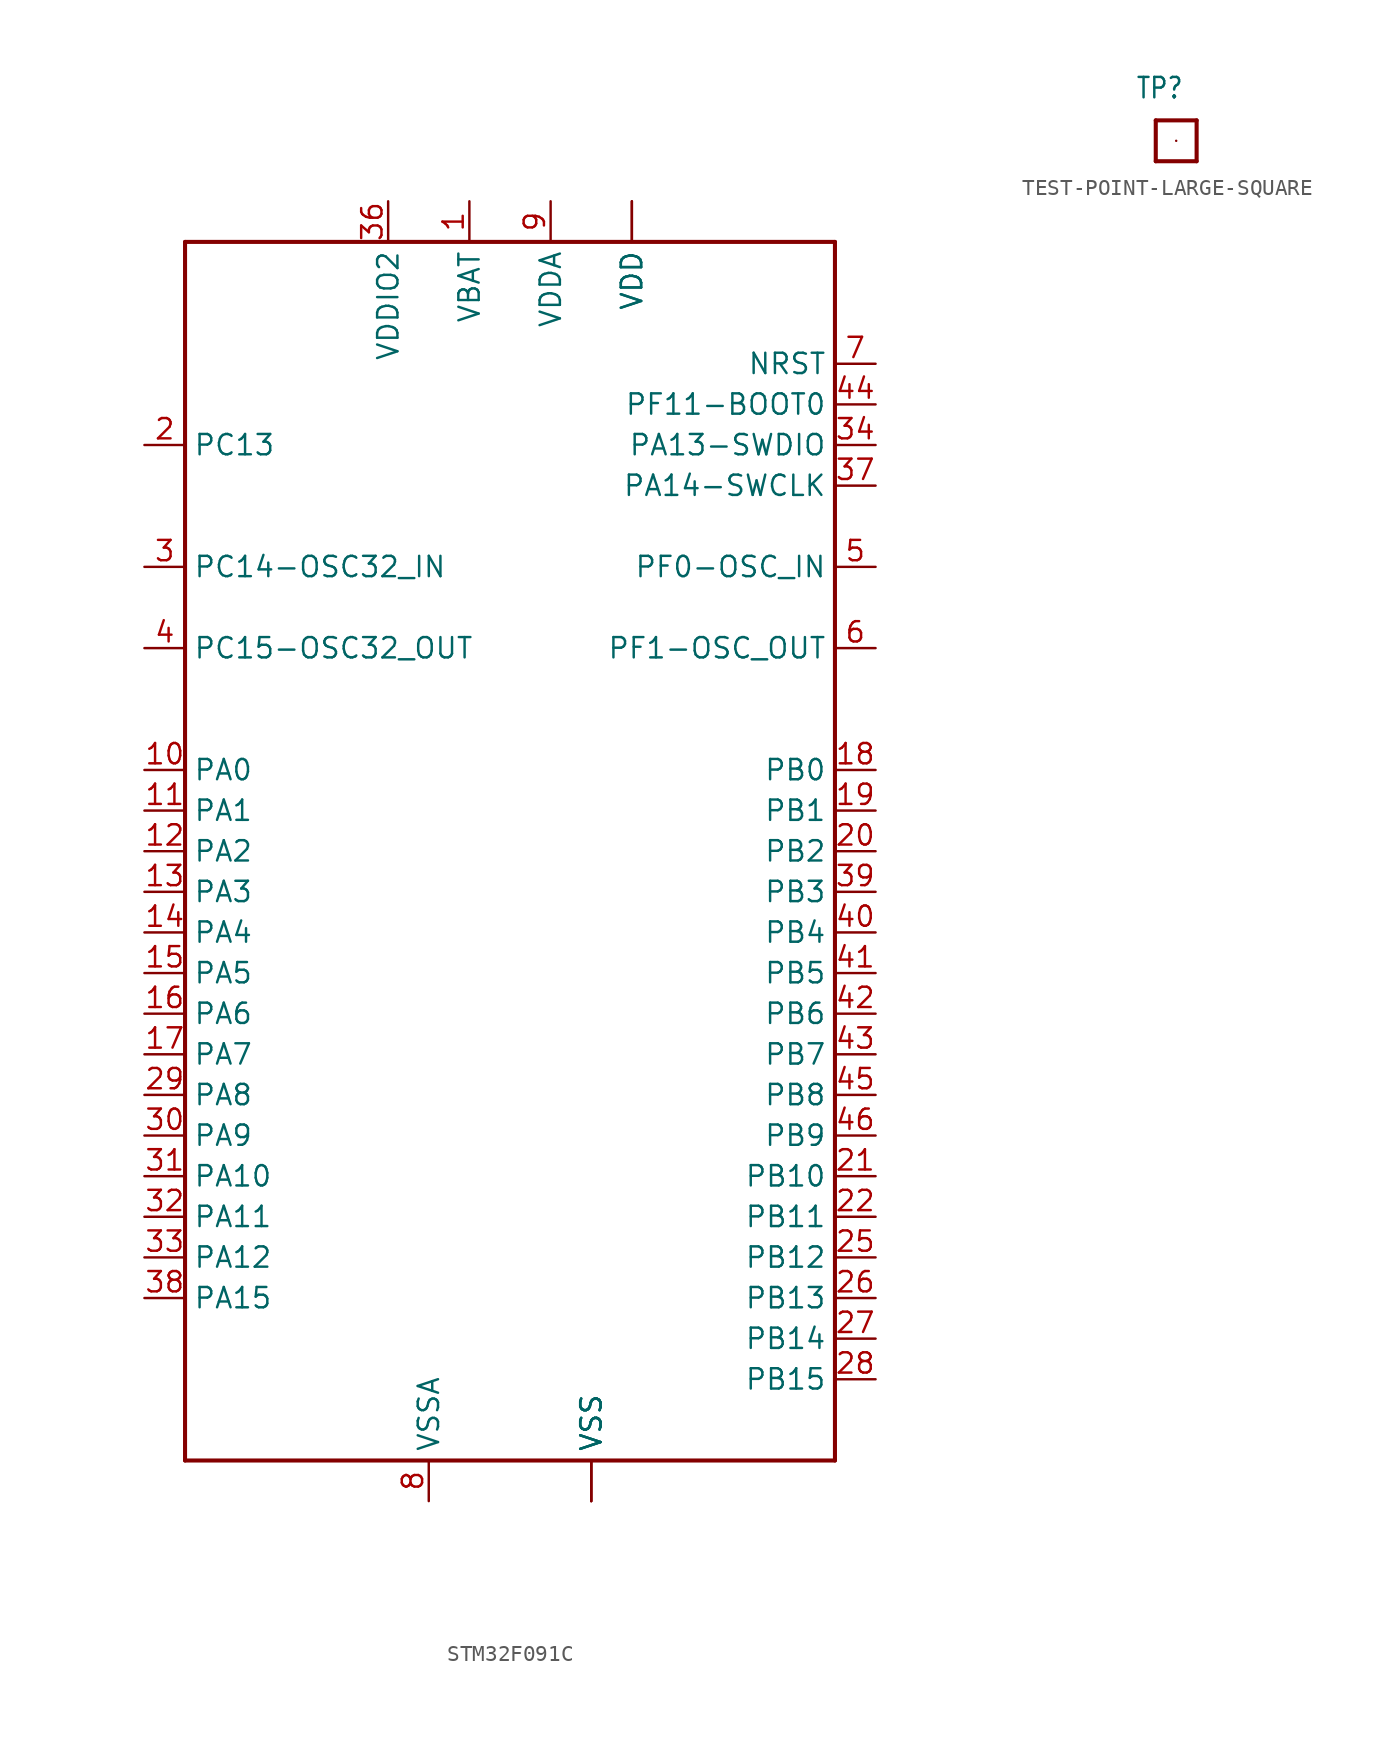
<source format=kicad_sym>
(kicad_symbol_lib
  (version 20220914)
  (generator kicad_symbol_editor)
  (symbol "STM32F091C"
    (property "Reference" ""
      (at -20.32 38.1 0)
      (effects (font (size 1.778 1.511)) (justify left bottom) hide))
    (property "ki_locked" ""
      (at 0 0 0)
      (effects (font (size 1.27 1.27))))
    (symbol "STM32F091C_1_0"
      (polyline (pts (xy -20.32 -38.1) (xy -20.32 38.1)) (stroke (width 0.254) (type solid)) (fill (type none)))
      (polyline (pts (xy -20.32 38.1) (xy 20.32 38.1)) (stroke (width 0.254) (type solid)) (fill (type none)))
      (polyline (pts (xy 20.32 -38.1) (xy -20.32 -38.1)) (stroke (width 0.254) (type solid)) (fill (type none)))
      (polyline (pts (xy 20.32 38.1) (xy 20.32 -38.1)) (stroke (width 0.254) (type solid)) (fill (type none)))
      (pin power_in line (at -2.54 40.64 270) (length 2.54) (name "VBAT" (effects (font (size 1.27 1.27)))) (number "1" (effects (font (size 1.27 1.27)))))
      (pin bidirectional line (at -22.86 5.08 0) (length 2.54) (name "PA0" (effects (font (size 1.27 1.27)))) (number "10" (effects (font (size 1.27 1.27)))))
      (pin bidirectional line (at -22.86 2.54 0) (length 2.54) (name "PA1" (effects (font (size 1.27 1.27)))) (number "11" (effects (font (size 1.27 1.27)))))
      (pin bidirectional line (at -22.86 0 0) (length 2.54) (name "PA2" (effects (font (size 1.27 1.27)))) (number "12" (effects (font (size 1.27 1.27)))))
      (pin bidirectional line (at -22.86 -2.54 0) (length 2.54) (name "PA3" (effects (font (size 1.27 1.27)))) (number "13" (effects (font (size 1.27 1.27)))))
      (pin bidirectional line (at -22.86 -5.08 0) (length 2.54) (name "PA4" (effects (font (size 1.27 1.27)))) (number "14" (effects (font (size 1.27 1.27)))))
      (pin bidirectional line (at -22.86 -7.62 0) (length 2.54) (name "PA5" (effects (font (size 1.27 1.27)))) (number "15" (effects (font (size 1.27 1.27)))))
      (pin bidirectional line (at -22.86 -10.16 0) (length 2.54) (name "PA6" (effects (font (size 1.27 1.27)))) (number "16" (effects (font (size 1.27 1.27)))))
      (pin bidirectional line (at -22.86 -12.7 0) (length 2.54) (name "PA7" (effects (font (size 1.27 1.27)))) (number "17" (effects (font (size 1.27 1.27)))))
      (pin bidirectional line (at 22.86 5.08 180) (length 2.54) (name "PB0" (effects (font (size 1.27 1.27)))) (number "18" (effects (font (size 1.27 1.27)))))
      (pin bidirectional line (at 22.86 2.54 180) (length 2.54) (name "PB1" (effects (font (size 1.27 1.27)))) (number "19" (effects (font (size 1.27 1.27)))))
      (pin bidirectional line (at -22.86 25.4 0) (length 2.54) (name "PC13" (effects (font (size 1.27 1.27)))) (number "2" (effects (font (size 1.27 1.27)))))
      (pin bidirectional line (at 22.86 0 180) (length 2.54) (name "PB2" (effects (font (size 1.27 1.27)))) (number "20" (effects (font (size 1.27 1.27)))))
      (pin bidirectional line (at 22.86 -20.32 180) (length 2.54) (name "PB10" (effects (font (size 1.27 1.27)))) (number "21" (effects (font (size 1.27 1.27)))))
      (pin bidirectional line (at 22.86 -22.86 180) (length 2.54) (name "PB11" (effects (font (size 1.27 1.27)))) (number "22" (effects (font (size 1.27 1.27)))))
      (pin power_in line (at 5.08 -40.64 90) (length 2.54) (name "VSS" (effects (font (size 1.27 1.27)))) (number "23" (effects (font (size 0 0)))))
      (pin power_in line (at 7.62 40.64 270) (length 2.54) (name "VDD" (effects (font (size 1.27 1.27)))) (number "24" (effects (font (size 0 0)))))
      (pin bidirectional line (at 22.86 -25.4 180) (length 2.54) (name "PB12" (effects (font (size 1.27 1.27)))) (number "25" (effects (font (size 1.27 1.27)))))
      (pin bidirectional line (at 22.86 -27.94 180) (length 2.54) (name "PB13" (effects (font (size 1.27 1.27)))) (number "26" (effects (font (size 1.27 1.27)))))
      (pin bidirectional line (at 22.86 -30.48 180) (length 2.54) (name "PB14" (effects (font (size 1.27 1.27)))) (number "27" (effects (font (size 1.27 1.27)))))
      (pin bidirectional line (at 22.86 -33.02 180) (length 2.54) (name "PB15" (effects (font (size 1.27 1.27)))) (number "28" (effects (font (size 1.27 1.27)))))
      (pin bidirectional line (at -22.86 -15.24 0) (length 2.54) (name "PA8" (effects (font (size 1.27 1.27)))) (number "29" (effects (font (size 1.27 1.27)))))
      (pin bidirectional line (at -22.86 17.78 0) (length 2.54) (name "PC14-OSC32_IN" (effects (font (size 1.27 1.27)))) (number "3" (effects (font (size 1.27 1.27)))))
      (pin bidirectional line (at -22.86 -17.78 0) (length 2.54) (name "PA9" (effects (font (size 1.27 1.27)))) (number "30" (effects (font (size 1.27 1.27)))))
      (pin bidirectional line (at -22.86 -20.32 0) (length 2.54) (name "PA10" (effects (font (size 1.27 1.27)))) (number "31" (effects (font (size 1.27 1.27)))))
      (pin bidirectional line (at -22.86 -22.86 0) (length 2.54) (name "PA11" (effects (font (size 1.27 1.27)))) (number "32" (effects (font (size 1.27 1.27)))))
      (pin bidirectional line (at -22.86 -25.4 0) (length 2.54) (name "PA12" (effects (font (size 1.27 1.27)))) (number "33" (effects (font (size 1.27 1.27)))))
      (pin bidirectional line (at 22.86 25.4 180) (length 2.54) (name "PA13-SWDIO" (effects (font (size 1.27 1.27)))) (number "34" (effects (font (size 1.27 1.27)))))
      (pin power_in line (at 5.08 -40.64 90) (length 2.54) (name "VSS" (effects (font (size 1.27 1.27)))) (number "35" (effects (font (size 0 0)))))
      (pin power_in line (at -7.62 40.64 270) (length 2.54) (name "VDDIO2" (effects (font (size 1.27 1.27)))) (number "36" (effects (font (size 1.27 1.27)))))
      (pin bidirectional line (at 22.86 22.86 180) (length 2.54) (name "PA14-SWCLK" (effects (font (size 1.27 1.27)))) (number "37" (effects (font (size 1.27 1.27)))))
      (pin bidirectional line (at -22.86 -27.94 0) (length 2.54) (name "PA15" (effects (font (size 1.27 1.27)))) (number "38" (effects (font (size 1.27 1.27)))))
      (pin bidirectional line (at 22.86 -2.54 180) (length 2.54) (name "PB3" (effects (font (size 1.27 1.27)))) (number "39" (effects (font (size 1.27 1.27)))))
      (pin bidirectional line (at -22.86 12.7 0) (length 2.54) (name "PC15-OSC32_OUT" (effects (font (size 1.27 1.27)))) (number "4" (effects (font (size 1.27 1.27)))))
      (pin bidirectional line (at 22.86 -5.08 180) (length 2.54) (name "PB4" (effects (font (size 1.27 1.27)))) (number "40" (effects (font (size 1.27 1.27)))))
      (pin bidirectional line (at 22.86 -7.62 180) (length 2.54) (name "PB5" (effects (font (size 1.27 1.27)))) (number "41" (effects (font (size 1.27 1.27)))))
      (pin bidirectional line (at 22.86 -10.16 180) (length 2.54) (name "PB6" (effects (font (size 1.27 1.27)))) (number "42" (effects (font (size 1.27 1.27)))))
      (pin bidirectional line (at 22.86 -12.7 180) (length 2.54) (name "PB7" (effects (font (size 1.27 1.27)))) (number "43" (effects (font (size 1.27 1.27)))))
      (pin bidirectional line (at 22.86 27.94 180) (length 2.54) (name "PF11-BOOT0" (effects (font (size 1.27 1.27)))) (number "44" (effects (font (size 1.27 1.27)))))
      (pin bidirectional line (at 22.86 -15.24 180) (length 2.54) (name "PB8" (effects (font (size 1.27 1.27)))) (number "45" (effects (font (size 1.27 1.27)))))
      (pin bidirectional line (at 22.86 -17.78 180) (length 2.54) (name "PB9" (effects (font (size 1.27 1.27)))) (number "46" (effects (font (size 1.27 1.27)))))
      (pin power_in line (at 5.08 -40.64 90) (length 2.54) (name "VSS" (effects (font (size 1.27 1.27)))) (number "47" (effects (font (size 0 0)))))
      (pin power_in line (at 7.62 40.64 270) (length 2.54) (name "VDD" (effects (font (size 1.27 1.27)))) (number "48" (effects (font (size 0 0)))))
      (pin bidirectional line (at 22.86 17.78 180) (length 2.54) (name "PF0-OSC_IN" (effects (font (size 1.27 1.27)))) (number "5" (effects (font (size 1.27 1.27)))))
      (pin bidirectional line (at 22.86 12.7 180) (length 2.54) (name "PF1-OSC_OUT" (effects (font (size 1.27 1.27)))) (number "6" (effects (font (size 1.27 1.27)))))
      (pin bidirectional line (at 22.86 30.48 180) (length 2.54) (name "NRST" (effects (font (size 1.27 1.27)))) (number "7" (effects (font (size 1.27 1.27)))))
      (pin power_in line (at -5.08 -40.64 90) (length 2.54) (name "VSSA" (effects (font (size 1.27 1.27)))) (number "8" (effects (font (size 1.27 1.27)))))
      (pin power_in line (at 2.54 40.64 270) (length 2.54) (name "VDDA" (effects (font (size 1.27 1.27)))) (number "9" (effects (font (size 1.27 1.27)))))))
  (symbol "TEST-POINT-LARGE-SQUARE"
    (property "Reference" "TP"
      (at -2.54 2.54 0)
      (effects (font (size 1.27 1.079)) (justify left bottom)))
    (property "ki_locked" ""
      (at 0 0 0)
      (effects (font (size 1.27 1.27))))
    (symbol "TEST-POINT-LARGE-SQUARE_1_0"
      (polyline (pts (xy -1.27 -1.27) (xy -1.27 1.27)) (stroke (width 0.254) (type solid)) (fill (type none)))
      (polyline (pts (xy -1.27 1.27) (xy 1.27 1.27)) (stroke (width 0.254) (type solid)) (fill (type none)))
      (polyline (pts (xy 1.27 -1.27) (xy -1.27 -1.27)) (stroke (width 0.254) (type solid)) (fill (type none)))
      (polyline (pts (xy 1.27 1.27) (xy 1.27 -1.27)) (stroke (width 0.254) (type solid)) (fill (type none)))
      (pin passive line (at 0 0 0) (length 0) (name "1" (effects (font (size 0 0)))) (number "1" (effects (font (size 0 0))))))))
</source>
